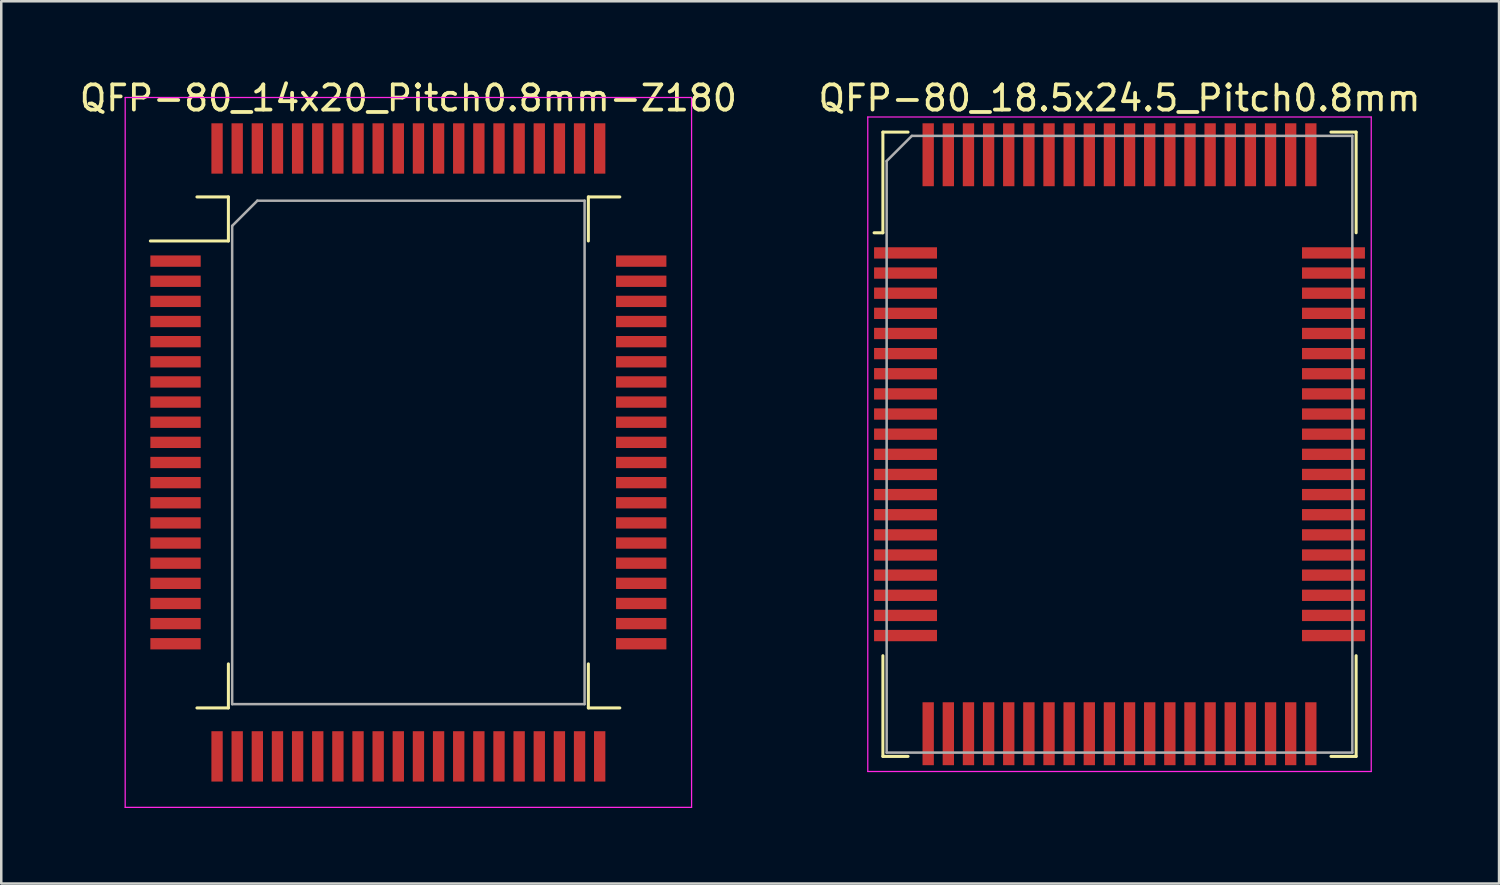
<source format=kicad_pcb>
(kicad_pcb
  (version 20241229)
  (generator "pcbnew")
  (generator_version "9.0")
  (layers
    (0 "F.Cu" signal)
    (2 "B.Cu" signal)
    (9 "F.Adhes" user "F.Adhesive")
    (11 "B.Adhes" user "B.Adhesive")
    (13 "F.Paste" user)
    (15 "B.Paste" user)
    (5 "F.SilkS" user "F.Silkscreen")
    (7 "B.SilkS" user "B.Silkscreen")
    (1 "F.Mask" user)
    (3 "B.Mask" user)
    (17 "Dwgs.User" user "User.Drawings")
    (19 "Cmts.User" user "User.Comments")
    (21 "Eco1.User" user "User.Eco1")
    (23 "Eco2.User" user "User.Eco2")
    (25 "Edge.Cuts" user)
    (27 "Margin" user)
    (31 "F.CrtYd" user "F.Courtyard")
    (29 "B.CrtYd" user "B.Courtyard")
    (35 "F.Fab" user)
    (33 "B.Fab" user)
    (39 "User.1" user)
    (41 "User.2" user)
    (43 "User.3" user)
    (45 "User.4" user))
  (footprint "QFP-80_18.5x24.5_Pitch0.8mm"
    (layer "F.Cu")
    (at 41.423 14.598)
    (property "Reference" "QFP-80_18.5x24.5_Pitch0.8mm" (at 0 -13.75 0) (layer "F.SilkS") (effects (font (size 1 1) (thickness 0.15))))
    (attr smd)
    (fp_line (start -9.4 -12.4) (end -9.4 -8.4) (stroke (width 0.12) (type solid)) (layer "F.SilkS"))
    (fp_line (start -9.4 -8.4) (end -9.75 -8.4) (stroke (width 0.12) (type solid)) (layer "F.SilkS"))
    (fp_line (start -9.4 12.4) (end -9.4 8.4) (stroke (width 0.12) (type solid)) (layer "F.SilkS"))
    (fp_line (start -8.4 -12.4) (end -9.4 -12.4) (stroke (width 0.12) (type solid)) (layer "F.SilkS"))
    (fp_line (start -8.4 12.4) (end -9.4 12.4) (stroke (width 0.12) (type solid)) (layer "F.SilkS"))
    (fp_line (start 8.4 -12.4) (end 9.4 -12.4) (stroke (width 0.12) (type solid)) (layer "F.SilkS"))
    (fp_line (start 8.4 12.4) (end 9.4 12.4) (stroke (width 0.12) (type solid)) (layer "F.SilkS"))
    (fp_line (start 9.4 -12.4) (end 9.4 -8.4) (stroke (width 0.12) (type solid)) (layer "F.SilkS"))
    (fp_line (start 9.4 12.4) (end 9.4 8.4) (stroke (width 0.12) (type solid)) (layer "F.SilkS"))
    (fp_line (start -10 -13) (end 10 -13) (stroke (width 0.05) (type solid)) (layer "F.CrtYd"))
    (fp_line (start -10 13) (end -10 -13) (stroke (width 0.05) (type solid)) (layer "F.CrtYd"))
    (fp_line (start 10 -13) (end 10 13) (stroke (width 0.05) (type solid)) (layer "F.CrtYd"))
    (fp_line (start 10 13) (end -10 13) (stroke (width 0.05) (type solid)) (layer "F.CrtYd"))
    (fp_line (start -9.25 -11.25) (end -9.25 12.25) (stroke (width 0.1) (type solid)) (layer "F.Fab"))
    (fp_line (start -9.25 12.25) (end 9.25 12.25) (stroke (width 0.1) (type solid)) (layer "F.Fab"))
    (fp_line (start -8.25 -12.25) (end -9.25 -11.25) (stroke (width 0.1) (type solid)) (layer "F.Fab"))
    (fp_line (start 9.25 -12.25) (end -8.25 -12.25) (stroke (width 0.1) (type solid)) (layer "F.Fab"))
    (fp_line (start 9.25 12.25) (end 9.25 -12.25) (stroke (width 0.1) (type solid)) (layer "F.Fab"))
    (pad "1" smd rect (at -8.5 -7.6 90) (size 0.45 2.5) (layers "F.Cu" "F.Mask" "F.Paste"))
    (pad "2" smd rect (at -8.5 -6.8 90) (size 0.45 2.5) (layers "F.Cu" "F.Mask" "F.Paste"))
    (pad "3" smd rect (at -8.5 -6 90) (size 0.45 2.5) (layers "F.Cu" "F.Mask" "F.Paste"))
    (pad "4" smd rect (at -8.5 -5.2 90) (size 0.45 2.5) (layers "F.Cu" "F.Mask" "F.Paste"))
    (pad "5" smd rect (at -8.5 -4.4 90) (size 0.45 2.5) (layers "F.Cu" "F.Mask" "F.Paste"))
    (pad "6" smd rect (at -8.5 -3.6 90) (size 0.45 2.5) (layers "F.Cu" "F.Mask" "F.Paste"))
    (pad "7" smd rect (at -8.5 -2.8 90) (size 0.45 2.5) (layers "F.Cu" "F.Mask" "F.Paste"))
    (pad "8" smd rect (at -8.5 -2 90) (size 0.45 2.5) (layers "F.Cu" "F.Mask" "F.Paste"))
    (pad "9" smd rect (at -8.5 -1.2 90) (size 0.45 2.5) (layers "F.Cu" "F.Mask" "F.Paste"))
    (pad "10" smd rect (at -8.5 -0.4 90) (size 0.45 2.5) (layers "F.Cu" "F.Mask" "F.Paste"))
    (pad "11" smd rect (at -8.5 0.4 90) (size 0.45 2.5) (layers "F.Cu" "F.Mask" "F.Paste"))
    (pad "12" smd rect (at -8.5 1.2 90) (size 0.45 2.5) (layers "F.Cu" "F.Mask" "F.Paste"))
    (pad "13" smd rect (at -8.5 2 90) (size 0.45 2.5) (layers "F.Cu" "F.Mask" "F.Paste"))
    (pad "14" smd rect (at -8.5 2.8 90) (size 0.45 2.5) (layers "F.Cu" "F.Mask" "F.Paste"))
    (pad "15" smd rect (at -8.5 3.6 90) (size 0.45 2.5) (layers "F.Cu" "F.Mask" "F.Paste"))
    (pad "16" smd rect (at -8.5 4.4 90) (size 0.45 2.5) (layers "F.Cu" "F.Mask" "F.Paste"))
    (pad "17" smd rect (at -8.5 5.2 90) (size 0.45 2.5) (layers "F.Cu" "F.Mask" "F.Paste"))
    (pad "18" smd rect (at -8.5 6 90) (size 0.45 2.5) (layers "F.Cu" "F.Mask" "F.Paste"))
    (pad "19" smd rect (at -8.5 6.8 90) (size 0.45 2.5) (layers "F.Cu" "F.Mask" "F.Paste"))
    (pad "20" smd rect (at -8.5 7.6 90) (size 0.45 2.5) (layers "F.Cu" "F.Mask" "F.Paste"))
    (pad "21" smd rect (at -7.6 11.5) (size 0.45 2.5) (layers "F.Cu" "F.Mask" "F.Paste"))
    (pad "22" smd rect (at -6.8 11.5) (size 0.45 2.5) (layers "F.Cu" "F.Mask" "F.Paste"))
    (pad "23" smd rect (at -6 11.5) (size 0.45 2.5) (layers "F.Cu" "F.Mask" "F.Paste"))
    (pad "24" smd rect (at -5.2 11.5) (size 0.45 2.5) (layers "F.Cu" "F.Mask" "F.Paste"))
    (pad "25" smd rect (at -4.4 11.5) (size 0.45 2.5) (layers "F.Cu" "F.Mask" "F.Paste"))
    (pad "26" smd rect (at -3.6 11.5) (size 0.45 2.5) (layers "F.Cu" "F.Mask" "F.Paste"))
    (pad "27" smd rect (at -2.8 11.5) (size 0.45 2.5) (layers "F.Cu" "F.Mask" "F.Paste"))
    (pad "28" smd rect (at -2 11.5) (size 0.45 2.5) (layers "F.Cu" "F.Mask" "F.Paste"))
    (pad "29" smd rect (at -1.2 11.5) (size 0.45 2.5) (layers "F.Cu" "F.Mask" "F.Paste"))
    (pad "30" smd rect (at -0.4 11.5) (size 0.45 2.5) (layers "F.Cu" "F.Mask" "F.Paste"))
    (pad "31" smd rect (at 0.4 11.5) (size 0.45 2.5) (layers "F.Cu" "F.Mask" "F.Paste"))
    (pad "32" smd rect (at 1.2 11.5) (size 0.45 2.5) (layers "F.Cu" "F.Mask" "F.Paste"))
    (pad "33" smd rect (at 2 11.5) (size 0.45 2.5) (layers "F.Cu" "F.Mask" "F.Paste"))
    (pad "34" smd rect (at 2.8 11.5) (size 0.45 2.5) (layers "F.Cu" "F.Mask" "F.Paste"))
    (pad "35" smd rect (at 3.6 11.5) (size 0.45 2.5) (layers "F.Cu" "F.Mask" "F.Paste"))
    (pad "36" smd rect (at 4.4 11.5) (size 0.45 2.5) (layers "F.Cu" "F.Mask" "F.Paste"))
    (pad "37" smd rect (at 5.2 11.5) (size 0.45 2.5) (layers "F.Cu" "F.Mask" "F.Paste"))
    (pad "38" smd rect (at 6 11.5) (size 0.45 2.5) (layers "F.Cu" "F.Mask" "F.Paste"))
    (pad "39" smd rect (at 6.8 11.5) (size 0.45 2.5) (layers "F.Cu" "F.Mask" "F.Paste"))
    (pad "40" smd rect (at 7.6 11.5) (size 0.45 2.5) (layers "F.Cu" "F.Mask" "F.Paste"))
    (pad "41" smd rect (at 8.5 7.6 90) (size 0.45 2.5) (layers "F.Cu" "F.Mask" "F.Paste"))
    (pad "42" smd rect (at 8.5 6.8 90) (size 0.45 2.5) (layers "F.Cu" "F.Mask" "F.Paste"))
    (pad "43" smd rect (at 8.5 6 90) (size 0.45 2.5) (layers "F.Cu" "F.Mask" "F.Paste"))
    (pad "44" smd rect (at 8.5 5.2 90) (size 0.45 2.5) (layers "F.Cu" "F.Mask" "F.Paste"))
    (pad "45" smd rect (at 8.5 4.4 90) (size 0.45 2.5) (layers "F.Cu" "F.Mask" "F.Paste"))
    (pad "46" smd rect (at 8.5 3.6 90) (size 0.45 2.5) (layers "F.Cu" "F.Mask" "F.Paste"))
    (pad "47" smd rect (at 8.5 2.8 90) (size 0.45 2.5) (layers "F.Cu" "F.Mask" "F.Paste"))
    (pad "48" smd rect (at 8.5 2 90) (size 0.45 2.5) (layers "F.Cu" "F.Mask" "F.Paste"))
    (pad "49" smd rect (at 8.5 1.2 90) (size 0.45 2.5) (layers "F.Cu" "F.Mask" "F.Paste"))
    (pad "50" smd rect (at 8.5 0.4 90) (size 0.45 2.5) (layers "F.Cu" "F.Mask" "F.Paste"))
    (pad "51" smd rect (at 8.5 -0.4 90) (size 0.45 2.5) (layers "F.Cu" "F.Mask" "F.Paste"))
    (pad "52" smd rect (at 8.5 -1.2 90) (size 0.45 2.5) (layers "F.Cu" "F.Mask" "F.Paste"))
    (pad "53" smd rect (at 8.5 -2 90) (size 0.45 2.5) (layers "F.Cu" "F.Mask" "F.Paste"))
    (pad "54" smd rect (at 8.5 -2.8 90) (size 0.45 2.5) (layers "F.Cu" "F.Mask" "F.Paste"))
    (pad "55" smd rect (at 8.5 -3.6 90) (size 0.45 2.5) (layers "F.Cu" "F.Mask" "F.Paste"))
    (pad "56" smd rect (at 8.5 -4.4 90) (size 0.45 2.5) (layers "F.Cu" "F.Mask" "F.Paste"))
    (pad "57" smd rect (at 8.5 -5.2 90) (size 0.45 2.5) (layers "F.Cu" "F.Mask" "F.Paste"))
    (pad "58" smd rect (at 8.5 -6 90) (size 0.45 2.5) (layers "F.Cu" "F.Mask" "F.Paste"))
    (pad "59" smd rect (at 8.5 -6.8 90) (size 0.45 2.5) (layers "F.Cu" "F.Mask" "F.Paste"))
    (pad "60" smd rect (at 8.5 -7.6 90) (size 0.45 2.5) (layers "F.Cu" "F.Mask" "F.Paste"))
    (pad "61" smd rect (at 7.6 -11.5) (size 0.45 2.5) (layers "F.Cu" "F.Mask" "F.Paste"))
    (pad "62" smd rect (at 6.8 -11.5) (size 0.45 2.5) (layers "F.Cu" "F.Mask" "F.Paste"))
    (pad "63" smd rect (at 6 -11.5) (size 0.45 2.5) (layers "F.Cu" "F.Mask" "F.Paste"))
    (pad "64" smd rect (at 5.2 -11.5) (size 0.45 2.5) (layers "F.Cu" "F.Mask" "F.Paste"))
    (pad "65" smd rect (at 4.4 -11.5) (size 0.45 2.5) (layers "F.Cu" "F.Mask" "F.Paste"))
    (pad "66" smd rect (at 3.6 -11.5) (size 0.45 2.5) (layers "F.Cu" "F.Mask" "F.Paste"))
    (pad "67" smd rect (at 2.8 -11.5) (size 0.45 2.5) (layers "F.Cu" "F.Mask" "F.Paste"))
    (pad "68" smd rect (at 2 -11.5) (size 0.45 2.5) (layers "F.Cu" "F.Mask" "F.Paste"))
    (pad "69" smd rect (at 1.2 -11.5) (size 0.45 2.5) (layers "F.Cu" "F.Mask" "F.Paste"))
    (pad "70" smd rect (at 0.4 -11.5) (size 0.45 2.5) (layers "F.Cu" "F.Mask" "F.Paste"))
    (pad "71" smd rect (at -0.4 -11.5) (size 0.45 2.5) (layers "F.Cu" "F.Mask" "F.Paste"))
    (pad "72" smd rect (at -1.2 -11.5) (size 0.45 2.5) (layers "F.Cu" "F.Mask" "F.Paste"))
    (pad "73" smd rect (at -2 -11.5) (size 0.45 2.5) (layers "F.Cu" "F.Mask" "F.Paste"))
    (pad "74" smd rect (at -2.8 -11.5) (size 0.45 2.5) (layers "F.Cu" "F.Mask" "F.Paste"))
    (pad "75" smd rect (at -3.6 -11.5) (size 0.45 2.5) (layers "F.Cu" "F.Mask" "F.Paste"))
    (pad "76" smd rect (at -4.4 -11.5) (size 0.45 2.5) (layers "F.Cu" "F.Mask" "F.Paste"))
    (pad "77" smd rect (at -5.2 -11.5) (size 0.45 2.5) (layers "F.Cu" "F.Mask" "F.Paste"))
    (pad "78" smd rect (at -6 -11.5) (size 0.45 2.5) (layers "F.Cu" "F.Mask" "F.Paste"))
    (pad "79" smd rect (at -6.8 -11.5) (size 0.45 2.5) (layers "F.Cu" "F.Mask" "F.Paste"))
    (pad "80" smd rect (at -7.6 -11.5) (size 0.45 2.5) (layers "F.Cu" "F.Mask" "F.Paste")))
  (footprint "QFP-80_14x20_Pitch0.8mm-Z180"
    (layer "F.Cu")
    (at 13.173 14.923)
    (property "Reference" "QFP-80_14x20_Pitch0.8mm-Z180" (at 0 -14.075 0) (layer "F.SilkS") (effects (font (size 1 1) (thickness 0.15))))
    (attr smd)
    (fp_line (start -8.4 -10.15) (end -7.15 -10.15) (stroke (width 0.12) (type solid)) (layer "F.SilkS"))
    (fp_line (start -8.4 10.15) (end -7.15 10.15) (stroke (width 0.12) (type solid)) (layer "F.SilkS"))
    (fp_line (start -7.15 -10.15) (end -7.15 -8.4) (stroke (width 0.12) (type solid)) (layer "F.SilkS"))
    (fp_line (start -7.15 -8.4) (end -10.25 -8.4) (stroke (width 0.12) (type solid)) (layer "F.SilkS"))
    (fp_line (start -7.15 10.15) (end -7.15 8.4) (stroke (width 0.12) (type solid)) (layer "F.SilkS"))
    (fp_line (start 7.15 -10.15) (end 7.15 -8.4) (stroke (width 0.12) (type solid)) (layer "F.SilkS"))
    (fp_line (start 7.15 10.15) (end 7.15 8.4) (stroke (width 0.12) (type solid)) (layer "F.SilkS"))
    (fp_line (start 8.4 -10.15) (end 7.15 -10.15) (stroke (width 0.12) (type solid)) (layer "F.SilkS"))
    (fp_line (start 8.4 10.15) (end 7.15 10.15) (stroke (width 0.12) (type solid)) (layer "F.SilkS"))
    (fp_line (start -11.25 -14.1) (end 11.25 -14.1) (stroke (width 0.05) (type solid)) (layer "F.CrtYd"))
    (fp_line (start -11.25 14.1) (end -11.25 -14.1) (stroke (width 0.05) (type solid)) (layer "F.CrtYd"))
    (fp_line (start 11.25 -14.1) (end 11.25 14.1) (stroke (width 0.05) (type solid)) (layer "F.CrtYd"))
    (fp_line (start 11.25 14.1) (end -11.25 14.1) (stroke (width 0.05) (type solid)) (layer "F.CrtYd"))
    (fp_line (start -7 -9) (end -7 10) (stroke (width 0.1) (type solid)) (layer "F.Fab"))
    (fp_line (start -7 10) (end 7 10) (stroke (width 0.1) (type solid)) (layer "F.Fab"))
    (fp_line (start -6 -10) (end -7 -9) (stroke (width 0.1) (type solid)) (layer "F.Fab"))
    (fp_line (start 7 -10) (end -6 -10) (stroke (width 0.1) (type solid)) (layer "F.Fab"))
    (fp_line (start 7 10) (end 7 -10) (stroke (width 0.1) (type solid)) (layer "F.Fab"))
    (pad "1" smd rect (at -9.25 -7.6 90) (size 0.45 2) (layers "F.Cu" "F.Mask" "F.Paste"))
    (pad "2" smd rect (at -9.25 -6.8 90) (size 0.45 2) (layers "F.Cu" "F.Mask" "F.Paste"))
    (pad "3" smd rect (at -9.25 -6 90) (size 0.45 2) (layers "F.Cu" "F.Mask" "F.Paste"))
    (pad "4" smd rect (at -9.25 -5.2 90) (size 0.45 2) (layers "F.Cu" "F.Mask" "F.Paste"))
    (pad "5" smd rect (at -9.25 -4.4 90) (size 0.45 2) (layers "F.Cu" "F.Mask" "F.Paste"))
    (pad "6" smd rect (at -9.25 -3.6 90) (size 0.45 2) (layers "F.Cu" "F.Mask" "F.Paste"))
    (pad "7" smd rect (at -9.25 -2.8 90) (size 0.45 2) (layers "F.Cu" "F.Mask" "F.Paste"))
    (pad "8" smd rect (at -9.25 -2 90) (size 0.45 2) (layers "F.Cu" "F.Mask" "F.Paste"))
    (pad "9" smd rect (at -9.25 -1.2 90) (size 0.45 2) (layers "F.Cu" "F.Mask" "F.Paste"))
    (pad "10" smd rect (at -9.25 -0.4 90) (size 0.45 2) (layers "F.Cu" "F.Mask" "F.Paste"))
    (pad "11" smd rect (at -9.25 0.4 90) (size 0.45 2) (layers "F.Cu" "F.Mask" "F.Paste"))
    (pad "12" smd rect (at -9.25 1.2 90) (size 0.45 2) (layers "F.Cu" "F.Mask" "F.Paste"))
    (pad "13" smd rect (at -9.25 2 90) (size 0.45 2) (layers "F.Cu" "F.Mask" "F.Paste"))
    (pad "14" smd rect (at -9.25 2.8 90) (size 0.45 2) (layers "F.Cu" "F.Mask" "F.Paste"))
    (pad "15" smd rect (at -9.25 3.6 90) (size 0.45 2) (layers "F.Cu" "F.Mask" "F.Paste"))
    (pad "16" smd rect (at -9.25 4.4 90) (size 0.45 2) (layers "F.Cu" "F.Mask" "F.Paste"))
    (pad "17" smd rect (at -9.25 5.2 90) (size 0.45 2) (layers "F.Cu" "F.Mask" "F.Paste"))
    (pad "18" smd rect (at -9.25 6 90) (size 0.45 2) (layers "F.Cu" "F.Mask" "F.Paste"))
    (pad "19" smd rect (at -9.25 6.8 90) (size 0.45 2) (layers "F.Cu" "F.Mask" "F.Paste"))
    (pad "20" smd rect (at -9.25 7.6 90) (size 0.45 2) (layers "F.Cu" "F.Mask" "F.Paste"))
    (pad "21" smd rect (at -7.6 12.075) (size 0.45 2) (layers "F.Cu" "F.Mask" "F.Paste"))
    (pad "22" smd rect (at -6.8 12.075) (size 0.45 2) (layers "F.Cu" "F.Mask" "F.Paste"))
    (pad "23" smd rect (at -6 12.075) (size 0.45 2) (layers "F.Cu" "F.Mask" "F.Paste"))
    (pad "24" smd rect (at -5.2 12.075) (size 0.45 2) (layers "F.Cu" "F.Mask" "F.Paste"))
    (pad "25" smd rect (at -4.4 12.075) (size 0.45 2) (layers "F.Cu" "F.Mask" "F.Paste"))
    (pad "26" smd rect (at -3.6 12.075) (size 0.45 2) (layers "F.Cu" "F.Mask" "F.Paste"))
    (pad "27" smd rect (at -2.8 12.075) (size 0.45 2) (layers "F.Cu" "F.Mask" "F.Paste"))
    (pad "28" smd rect (at -2 12.075) (size 0.45 2) (layers "F.Cu" "F.Mask" "F.Paste"))
    (pad "29" smd rect (at -1.2 12.075) (size 0.45 2) (layers "F.Cu" "F.Mask" "F.Paste"))
    (pad "30" smd rect (at -0.4 12.075) (size 0.45 2) (layers "F.Cu" "F.Mask" "F.Paste"))
    (pad "31" smd rect (at 0.4 12.075) (size 0.45 2) (layers "F.Cu" "F.Mask" "F.Paste"))
    (pad "32" smd rect (at 1.2 12.075) (size 0.45 2) (layers "F.Cu" "F.Mask" "F.Paste"))
    (pad "33" smd rect (at 2 12.075) (size 0.45 2) (layers "F.Cu" "F.Mask" "F.Paste"))
    (pad "34" smd rect (at 2.8 12.075) (size 0.45 2) (layers "F.Cu" "F.Mask" "F.Paste"))
    (pad "35" smd rect (at 3.6 12.075) (size 0.45 2) (layers "F.Cu" "F.Mask" "F.Paste"))
    (pad "36" smd rect (at 4.4 12.075) (size 0.45 2) (layers "F.Cu" "F.Mask" "F.Paste"))
    (pad "37" smd rect (at 5.2 12.075) (size 0.45 2) (layers "F.Cu" "F.Mask" "F.Paste"))
    (pad "38" smd rect (at 6 12.075) (size 0.45 2) (layers "F.Cu" "F.Mask" "F.Paste"))
    (pad "39" smd rect (at 6.8 12.075) (size 0.45 2) (layers "F.Cu" "F.Mask" "F.Paste"))
    (pad "40" smd rect (at 7.6 12.075) (size 0.45 2) (layers "F.Cu" "F.Mask" "F.Paste"))
    (pad "41" smd rect (at 9.25 7.6 90) (size 0.45 2) (layers "F.Cu" "F.Mask" "F.Paste"))
    (pad "42" smd rect (at 9.25 6.8 90) (size 0.45 2) (layers "F.Cu" "F.Mask" "F.Paste"))
    (pad "43" smd rect (at 9.25 6 90) (size 0.45 2) (layers "F.Cu" "F.Mask" "F.Paste"))
    (pad "44" smd rect (at 9.25 5.2 90) (size 0.45 2) (layers "F.Cu" "F.Mask" "F.Paste"))
    (pad "45" smd rect (at 9.25 4.4 90) (size 0.45 2) (layers "F.Cu" "F.Mask" "F.Paste"))
    (pad "46" smd rect (at 9.25 3.6 90) (size 0.45 2) (layers "F.Cu" "F.Mask" "F.Paste"))
    (pad "47" smd rect (at 9.25 2.8 90) (size 0.45 2) (layers "F.Cu" "F.Mask" "F.Paste"))
    (pad "48" smd rect (at 9.25 2 90) (size 0.45 2) (layers "F.Cu" "F.Mask" "F.Paste"))
    (pad "49" smd rect (at 9.25 1.2 90) (size 0.45 2) (layers "F.Cu" "F.Mask" "F.Paste"))
    (pad "50" smd rect (at 9.25 0.4 90) (size 0.45 2) (layers "F.Cu" "F.Mask" "F.Paste"))
    (pad "51" smd rect (at 9.25 -0.4 90) (size 0.45 2) (layers "F.Cu" "F.Mask" "F.Paste"))
    (pad "52" smd rect (at 9.25 -1.2 90) (size 0.45 2) (layers "F.Cu" "F.Mask" "F.Paste"))
    (pad "53" smd rect (at 9.25 -2 90) (size 0.45 2) (layers "F.Cu" "F.Mask" "F.Paste"))
    (pad "54" smd rect (at 9.25 -2.8 90) (size 0.45 2) (layers "F.Cu" "F.Mask" "F.Paste"))
    (pad "55" smd rect (at 9.25 -3.6 90) (size 0.45 2) (layers "F.Cu" "F.Mask" "F.Paste"))
    (pad "56" smd rect (at 9.25 -4.4 90) (size 0.45 2) (layers "F.Cu" "F.Mask" "F.Paste"))
    (pad "57" smd rect (at 9.25 -5.2 90) (size 0.45 2) (layers "F.Cu" "F.Mask" "F.Paste"))
    (pad "58" smd rect (at 9.25 -6 90) (size 0.45 2) (layers "F.Cu" "F.Mask" "F.Paste"))
    (pad "59" smd rect (at 9.25 -6.8 90) (size 0.45 2) (layers "F.Cu" "F.Mask" "F.Paste"))
    (pad "60" smd rect (at 9.25 -7.6 90) (size 0.45 2) (layers "F.Cu" "F.Mask" "F.Paste"))
    (pad "61" smd rect (at 7.6 -12.075) (size 0.45 2) (layers "F.Cu" "F.Mask" "F.Paste"))
    (pad "62" smd rect (at 6.8 -12.075) (size 0.45 2) (layers "F.Cu" "F.Mask" "F.Paste"))
    (pad "63" smd rect (at 6 -12.075) (size 0.45 2) (layers "F.Cu" "F.Mask" "F.Paste"))
    (pad "64" smd rect (at 5.2 -12.075) (size 0.45 2) (layers "F.Cu" "F.Mask" "F.Paste"))
    (pad "65" smd rect (at 4.4 -12.075) (size 0.45 2) (layers "F.Cu" "F.Mask" "F.Paste"))
    (pad "66" smd rect (at 3.6 -12.075) (size 0.45 2) (layers "F.Cu" "F.Mask" "F.Paste"))
    (pad "67" smd rect (at 2.8 -12.075) (size 0.45 2) (layers "F.Cu" "F.Mask" "F.Paste"))
    (pad "68" smd rect (at 2 -12.075) (size 0.45 2) (layers "F.Cu" "F.Mask" "F.Paste"))
    (pad "69" smd rect (at 1.2 -12.075) (size 0.45 2) (layers "F.Cu" "F.Mask" "F.Paste"))
    (pad "70" smd rect (at 0.4 -12.075) (size 0.45 2) (layers "F.Cu" "F.Mask" "F.Paste"))
    (pad "71" smd rect (at -0.4 -12.075) (size 0.45 2) (layers "F.Cu" "F.Mask" "F.Paste"))
    (pad "72" smd rect (at -1.2 -12.075) (size 0.45 2) (layers "F.Cu" "F.Mask" "F.Paste"))
    (pad "73" smd rect (at -2 -12.075) (size 0.45 2) (layers "F.Cu" "F.Mask" "F.Paste"))
    (pad "74" smd rect (at -2.8 -12.075) (size 0.45 2) (layers "F.Cu" "F.Mask" "F.Paste"))
    (pad "75" smd rect (at -3.6 -12.075) (size 0.45 2) (layers "F.Cu" "F.Mask" "F.Paste"))
    (pad "76" smd rect (at -4.4 -12.075) (size 0.45 2) (layers "F.Cu" "F.Mask" "F.Paste"))
    (pad "77" smd rect (at -5.2 -12.075) (size 0.45 2) (layers "F.Cu" "F.Mask" "F.Paste"))
    (pad "78" smd rect (at -6 -12.075) (size 0.45 2) (layers "F.Cu" "F.Mask" "F.Paste"))
    (pad "79" smd rect (at -6.8 -12.075) (size 0.45 2) (layers "F.Cu" "F.Mask" "F.Paste"))
    (pad "80" smd rect (at -7.6 -12.075) (size 0.45 2) (layers "F.Cu" "F.Mask" "F.Paste")))
  (gr_rect
    (start -3 -3)
    (end 56.5 32.048)
    (stroke (width 0.1) (type default))
    (fill no)
    (layer "Edge.Cuts")))
</source>
